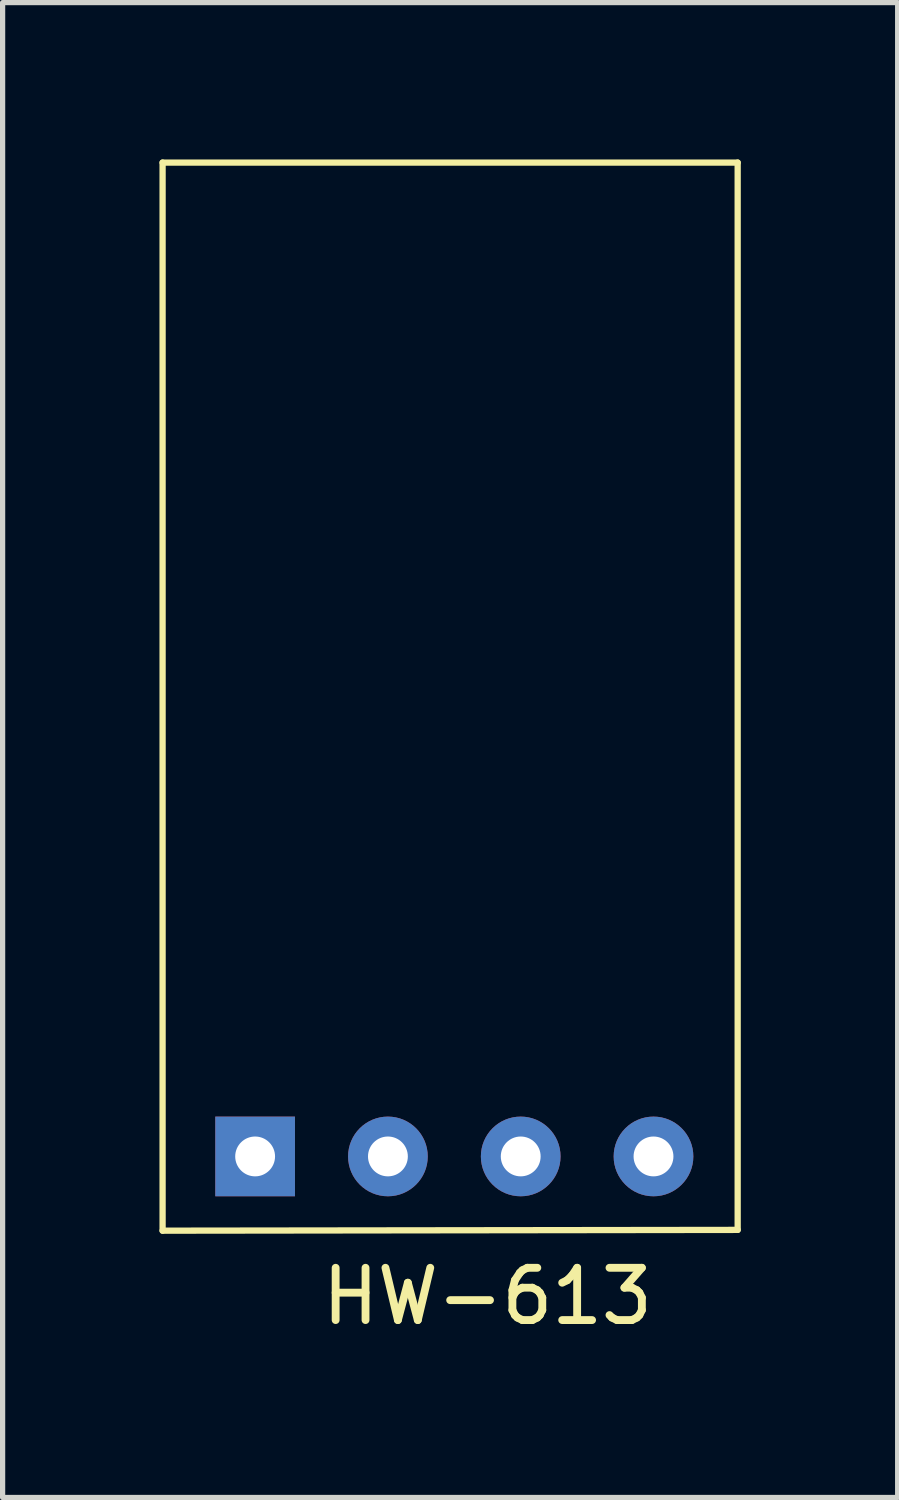
<source format=kicad_pcb>
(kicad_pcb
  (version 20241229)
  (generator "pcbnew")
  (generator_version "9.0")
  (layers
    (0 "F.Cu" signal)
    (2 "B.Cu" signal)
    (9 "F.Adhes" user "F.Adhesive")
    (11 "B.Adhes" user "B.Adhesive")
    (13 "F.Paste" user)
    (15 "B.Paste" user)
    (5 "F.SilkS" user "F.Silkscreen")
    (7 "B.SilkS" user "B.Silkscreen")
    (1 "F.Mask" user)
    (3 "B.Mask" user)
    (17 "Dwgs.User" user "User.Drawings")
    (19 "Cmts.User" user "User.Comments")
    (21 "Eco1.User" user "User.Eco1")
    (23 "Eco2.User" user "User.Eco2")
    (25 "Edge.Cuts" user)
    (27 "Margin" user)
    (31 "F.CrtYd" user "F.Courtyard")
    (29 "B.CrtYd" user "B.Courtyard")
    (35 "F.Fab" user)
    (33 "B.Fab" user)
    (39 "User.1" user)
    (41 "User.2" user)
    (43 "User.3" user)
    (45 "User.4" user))
  (footprint "HW-613"
    (layer "F.Cu")
    (at 1.83 19.07)
    (property "Reference" "HW-613" (at 4.445 2.675 0) (layer "F.SilkS") (effects (font (size 1 1) (thickness 0.15))))
    (attr through_hole)
    (fp_line (start -1.77 -19.01) (end 9.23 -19.01) (stroke (width 0.12) (type solid)) (layer "F.SilkS"))
    (fp_line (start -1.77 1.42) (end -1.77 -19.01) (stroke (width 0.12) (type solid)) (layer "F.SilkS"))
    (fp_line (start 9.23 -19.01) (end 9.23 1.405) (stroke (width 0.12) (type solid)) (layer "F.SilkS"))
    (fp_line (start 9.23 1.405) (end -1.77 1.42) (stroke (width 0.12) (type solid)) (layer "F.SilkS"))
    (pad "1" thru_hole rect (at 0 0) (size 1.524 1.524) (drill 0.762) (layers "*.Cu" "*.Mask"))
    (pad "2" thru_hole circle (at 2.54 0) (size 1.524 1.524) (drill 0.762) (layers "*.Cu" "*.Mask"))
    (pad "3" thru_hole circle (at 5.08 0) (size 1.524 1.524) (drill 0.762) (layers "*.Cu" "*.Mask"))
    (pad "4" thru_hole circle (at 7.62 0) (size 1.524 1.524) (drill 0.762) (layers "*.Cu" "*.Mask")))
  (gr_rect
    (start -3 -3)
    (end 14.12 25.593)
    (stroke (width 0.1) (type default))
    (fill no)
    (layer "Edge.Cuts")))
</source>
